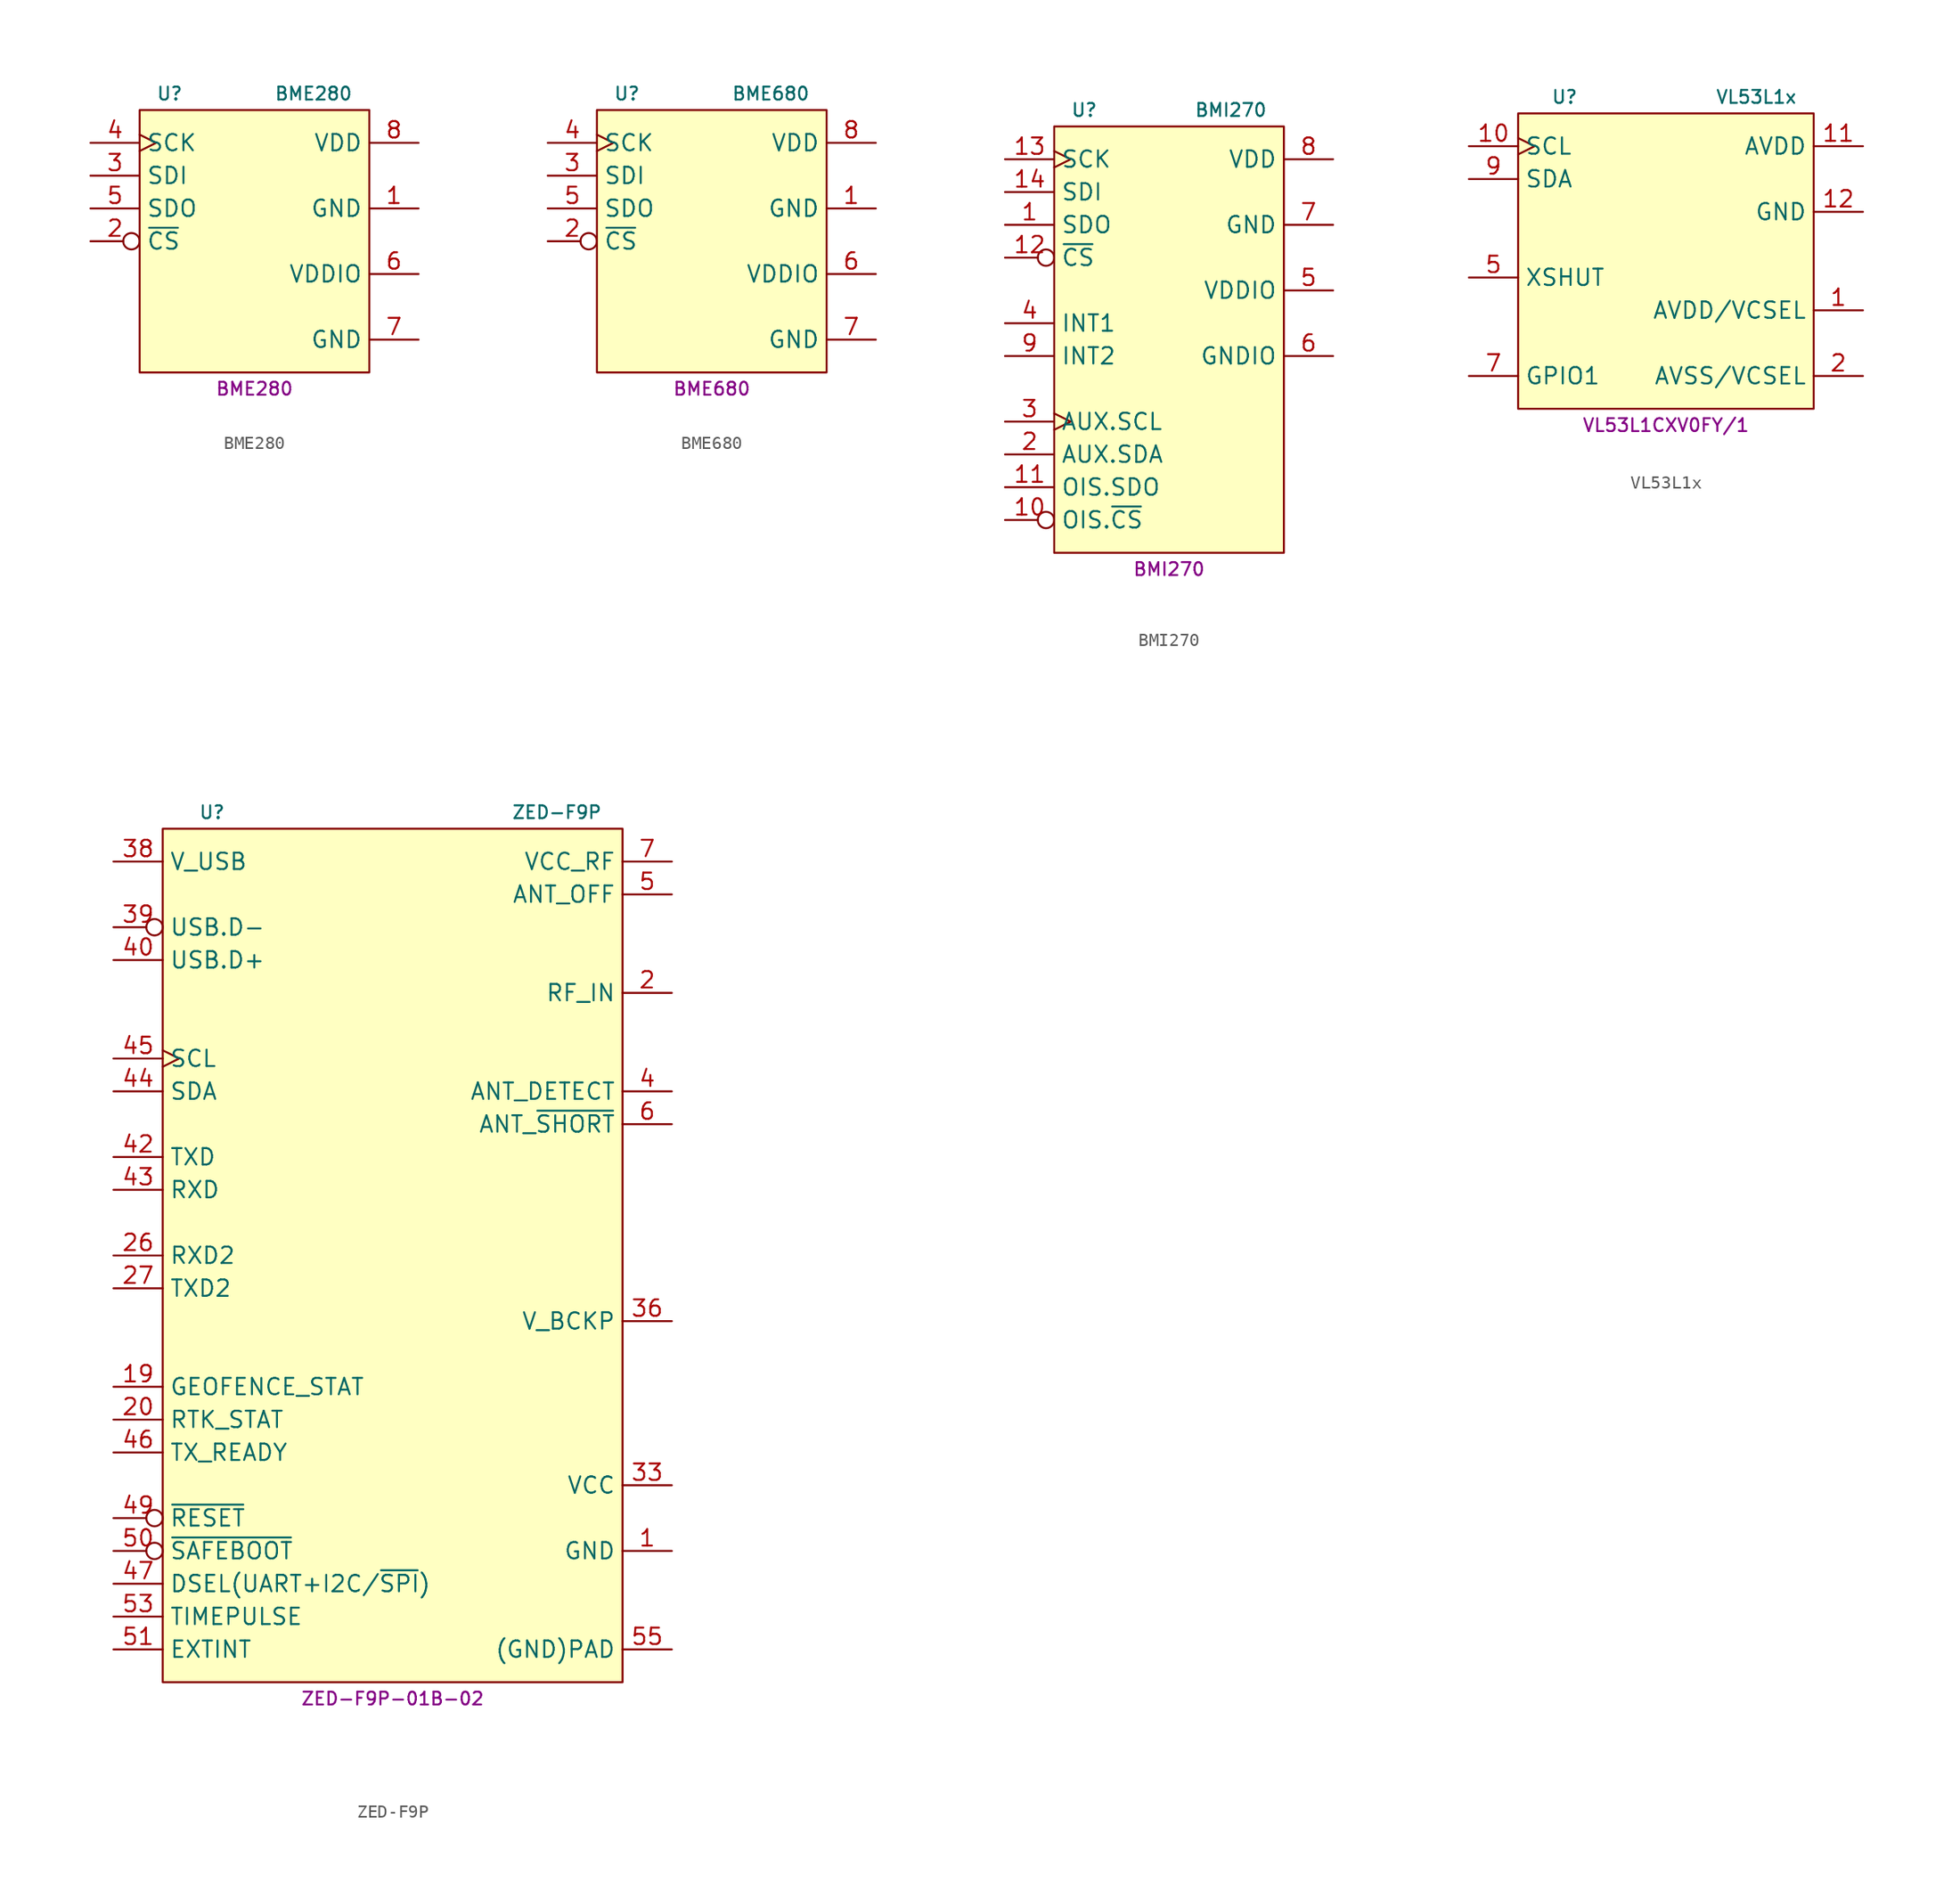
<source format=kicad_sym>
(kicad_symbol_lib
  (version 20231120)
  (generator "kicad_symbol_editor")
  (generator_version "8.0")
  (symbol "BME280"
    (property "Reference" "U"
      (at -7.62 11.43 0)
      (do_not_autoplace)
      (effects (font (size 1 1)) (justify left)))
    (property "Value" "BME280"
      (at 7.62 11.43 0)
      (do_not_autoplace)
      (effects (font (size 1 1)) (justify right)))
    (property "MPN" "BME280"
      (at 0 -11.43 0)
      (do_not_autoplace)
      (effects (font (size 1 1))))
    (symbol "BME280_0_1"
      (rectangle (start -8.89 10.16) (end 8.89 -10.16) (stroke (width 0) (type default)) (fill (type background))))
    (symbol "BME280_1_1"
      (pin power_in line (at 12.7 2.54 180) (length 3.81) (name "GND" (effects (font (size 1.27 1.27)))) (number "1" (effects (font (size 1.27 1.27)))))
      (pin input inverted (at -12.7 0 0) (length 3.81) (name "~{CS}" (effects (font (size 1.27 1.27)))) (number "2" (effects (font (size 1.27 1.27)))) (alternate "I2CEN" input line))
      (pin input line (at -12.7 5.08 0) (length 3.81) (name "SDI" (effects (font (size 1.27 1.27)))) (number "3" (effects (font (size 1.27 1.27)))) (alternate "SDA" open_collector line) (alternate "SDIO" bidirectional line))
      (pin input clock (at -12.7 7.62 0) (length 3.81) (name "SCK" (effects (font (size 1.27 1.27)))) (number "4" (effects (font (size 1.27 1.27)))) (alternate "SCL" open_collector clock))
      (pin output line (at -12.7 2.54 0) (length 3.81) (name "SDO" (effects (font (size 1.27 1.27)))) (number "5" (effects (font (size 1.27 1.27)))) (alternate "ADD" input line))
      (pin power_in line (at 12.7 -2.54 180) (length 3.81) (name "VDDIO" (effects (font (size 1.27 1.27)))) (number "6" (effects (font (size 1.27 1.27)))))
      (pin power_in line (at 12.7 -7.62 180) (length 3.81) (name "GND" (effects (font (size 1.27 1.27)))) (number "7" (effects (font (size 1.27 1.27)))))
      (pin power_in line (at 12.7 7.62 180) (length 3.81) (name "VDD" (effects (font (size 1.27 1.27)))) (number "8" (effects (font (size 1.27 1.27)))))))
  (symbol "BME680"
    (property "Reference" "U"
      (at -7.62 11.43 0)
      (do_not_autoplace)
      (effects (font (size 1 1)) (justify left)))
    (property "Value" "BME680"
      (at 7.62 11.43 0)
      (effects (font (size 1 1)) (justify right)))
    (property "MPN" "BME680"
      (at 0 -11.43 0)
      (do_not_autoplace)
      (effects (font (size 1 1))))
    (symbol "BME680_0_1"
      (rectangle (start -8.89 10.16) (end 8.89 -10.16) (stroke (width 0) (type default)) (fill (type background))))
    (symbol "BME680_1_1"
      (pin power_in line (at 12.7 2.54 180) (length 3.81) (name "GND" (effects (font (size 1.27 1.27)))) (number "1" (effects (font (size 1.27 1.27)))))
      (pin input inverted (at -12.7 0 0) (length 3.81) (name "~{CS}" (effects (font (size 1.27 1.27)))) (number "2" (effects (font (size 1.27 1.27)))) (alternate "I2CEN" input line))
      (pin input line (at -12.7 5.08 0) (length 3.81) (name "SDI" (effects (font (size 1.27 1.27)))) (number "3" (effects (font (size 1.27 1.27)))) (alternate "SDA" open_collector line) (alternate "SDIO" bidirectional line))
      (pin input clock (at -12.7 7.62 0) (length 3.81) (name "SCK" (effects (font (size 1.27 1.27)))) (number "4" (effects (font (size 1.27 1.27)))) (alternate "SCL" open_collector clock))
      (pin output line (at -12.7 2.54 0) (length 3.81) (name "SDO" (effects (font (size 1.27 1.27)))) (number "5" (effects (font (size 1.27 1.27)))) (alternate "ADD" input line))
      (pin power_in line (at 12.7 -2.54 180) (length 3.81) (name "VDDIO" (effects (font (size 1.27 1.27)))) (number "6" (effects (font (size 1.27 1.27)))))
      (pin power_in line (at 12.7 -7.62 180) (length 3.81) (name "GND" (effects (font (size 1.27 1.27)))) (number "7" (effects (font (size 1.27 1.27)))))
      (pin power_in line (at 12.7 7.62 180) (length 3.81) (name "VDD" (effects (font (size 1.27 1.27)))) (number "8" (effects (font (size 1.27 1.27)))))))
  (symbol "BMI270"
    (property "Reference" "U"
      (at -7.62 11.43 0)
      (do_not_autoplace)
      (effects (font (size 1 1)) (justify left)))
    (property "Value" "BMI270"
      (at 7.62 11.43 0)
      (do_not_autoplace)
      (effects (font (size 1 1)) (justify right)))
    (property "MPN" "BMI270"
      (at 0 -24.13 0)
      (do_not_autoplace)
      (effects (font (size 1 1))))
    (symbol "BMI270_0_1"
      (rectangle (start -8.89 10.16) (end 8.89 -22.86) (stroke (width 0) (type default)) (fill (type background))))
    (symbol "BMI270_1_1"
      (pin output line (at -12.7 2.54 0) (length 3.81) (name "SDO" (effects (font (size 1.27 1.27)))) (number "1" (effects (font (size 1.27 1.27)))) (alternate "ADD" input line))
      (pin input inverted (at -12.7 -20.32 0) (length 3.81) (name "OIS.~{CS}" (effects (font (size 1.27 1.27)))) (number "10" (effects (font (size 1.27 1.27)))))
      (pin output line (at -12.7 -17.78 0) (length 3.81) (name "OIS.SDO" (effects (font (size 1.27 1.27)))) (number "11" (effects (font (size 1.27 1.27)))))
      (pin input inverted (at -12.7 0 0) (length 3.81) (name "~{CS}" (effects (font (size 1.27 1.27)))) (number "12" (effects (font (size 1.27 1.27)))) (alternate "I2CEN" input line))
      (pin input clock (at -12.7 7.62 0) (length 3.81) (name "SCK" (effects (font (size 1.27 1.27)))) (number "13" (effects (font (size 1.27 1.27)))) (alternate "SCL" open_collector clock))
      (pin input line (at -12.7 5.08 0) (length 3.81) (name "SDI" (effects (font (size 1.27 1.27)))) (number "14" (effects (font (size 1.27 1.27)))) (alternate "SDA" open_collector line) (alternate "SDIO" bidirectional line))
      (pin open_collector line (at -12.7 -15.24 0) (length 3.81) (name "AUX.SDA" (effects (font (size 1.27 1.27)))) (number "2" (effects (font (size 1.27 1.27)))) (alternate "OIS.SDI" input line))
      (pin open_collector clock (at -12.7 -12.7 0) (length 3.81) (name "AUX.SCL" (effects (font (size 1.27 1.27)))) (number "3" (effects (font (size 1.27 1.27)))) (alternate "OIS.SCK" open_collector clock))
      (pin bidirectional line (at -12.7 -5.08 0) (length 3.81) (name "INT1" (effects (font (size 1.27 1.27)))) (number "4" (effects (font (size 1.27 1.27)))))
      (pin power_in line (at 12.7 -2.54 180) (length 3.81) (name "VDDIO" (effects (font (size 1.27 1.27)))) (number "5" (effects (font (size 1.27 1.27)))))
      (pin power_in line (at 12.7 -7.62 180) (length 3.81) (name "GNDIO" (effects (font (size 1.27 1.27)))) (number "6" (effects (font (size 1.27 1.27)))))
      (pin power_in line (at 12.7 2.54 180) (length 3.81) (name "GND" (effects (font (size 1.27 1.27)))) (number "7" (effects (font (size 1.27 1.27)))))
      (pin power_in line (at 12.7 7.62 180) (length 3.81) (name "VDD" (effects (font (size 1.27 1.27)))) (number "8" (effects (font (size 1.27 1.27)))))
      (pin bidirectional line (at -12.7 -7.62 0) (length 3.81) (name "INT2" (effects (font (size 1.27 1.27)))) (number "9" (effects (font (size 1.27 1.27)))))))
  (symbol "VL53L1x"
    (property "Reference" "U"
      (at -8.89 12.7 0)
      (do_not_autoplace)
      (effects (font (size 1 1)) (justify left)))
    (property "Value" "VL53L1x"
      (at 10.16 12.7 0)
      (do_not_autoplace)
      (effects (font (size 1 1)) (justify right)))
    (property "MPN" "VL53L1CXV0FY/1"
      (at 0 -12.7 0)
      (do_not_autoplace)
      (effects (font (size 1 1))))
    (symbol "VL53L1x_0_1"
      (rectangle (start -11.43 11.43) (end 11.43 -11.43) (stroke (width 0) (type default)) (fill (type background))))
    (symbol "VL53L1x_1_1"
      (pin power_in line (at 15.24 -3.81 180) (length 3.81) (name "AVDD/VCSEL" (effects (font (size 1.27 1.27)))) (number "1" (effects (font (size 1.27 1.27)))))
      (pin open_collector clock (at -15.24 8.89 0) (length 3.81) (name "SCL" (effects (font (size 1.27 1.27)))) (number "10" (effects (font (size 1.27 1.27)))))
      (pin power_in line (at 15.24 8.89 180) (length 3.81) (name "AVDD" (effects (font (size 1.27 1.27)))) (number "11" (effects (font (size 1.27 1.27)))))
      (pin power_in line (at 15.24 3.81 180) (length 3.81) (name "GND" (effects (font (size 1.27 1.27)))) (number "12" (effects (font (size 1.27 1.27)))))
      (pin power_in line (at 15.24 -8.89 180) (length 3.81) (name "AVSS/VCSEL" (effects (font (size 1.27 1.27)))) (number "2" (effects (font (size 1.27 1.27)))))
      (pin passive line (at 15.24 3.81 180) (length 3.81) hide (name "GND" (effects (font (size 1.27 1.27)))) (number "3" (effects (font (size 1.27 1.27)))))
      (pin passive line (at 15.24 3.81 180) (length 3.81) hide (name "GND" (effects (font (size 1.27 1.27)))) (number "4" (effects (font (size 1.27 1.27)))))
      (pin input line (at -15.24 -1.27 0) (length 3.81) (name "XSHUT" (effects (font (size 1.27 1.27)))) (number "5" (effects (font (size 1.27 1.27)))))
      (pin passive line (at 15.24 3.81 180) (length 3.81) hide (name "GND" (effects (font (size 1.27 1.27)))) (number "6" (effects (font (size 1.27 1.27)))))
      (pin bidirectional line (at -15.24 -8.89 0) (length 3.81) (name "GPIO1" (effects (font (size 1.27 1.27)))) (number "7" (effects (font (size 1.27 1.27)))))
      (pin open_collector line (at -15.24 6.35 0) (length 3.81) (name "SDA" (effects (font (size 1.27 1.27)))) (number "9" (effects (font (size 1.27 1.27)))))))
  (symbol "ZED-F9P"
    (property "Reference" "U"
      (at -13.97 34.29 0)
      (effects (font (size 0.991 0.991))))
    (property "Value" "ZED-F9P"
      (at 12.7 34.29 0)
      (effects (font (size 0.991 0.991))))
    (property "MPN" "ZED-F9P-01B-02"
      (at 0 -34.29 0)
      (effects (font (size 0.991 0.991))))
    (symbol "ZED-F9P_0_1"
      (rectangle (start -17.78 33.02) (end 17.78 -33.02) (stroke (width 0) (type default)) (fill (type background))))
    (symbol "ZED-F9P_1_1"
      (pin power_in line (at 21.59 -22.86 180) (length 3.81) (name "GND" (effects (font (size 1.27 1.27)))) (number "1" (effects (font (size 1.27 1.27)))))
      (pin passive line (at 21.59 -22.86 180) (length 3.81) hide (name "GND" (effects (font (size 1.27 1.27)))) (number "12" (effects (font (size 1.27 1.27)))))
      (pin passive line (at 21.59 -22.86 180) (length 3.81) hide (name "GND" (effects (font (size 1.27 1.27)))) (number "14" (effects (font (size 1.27 1.27)))))
      (pin output line (at -21.59 -10.16 0) (length 3.81) (name "GEOFENCE_STAT" (effects (font (size 1.27 1.27)))) (number "19" (effects (font (size 1.27 1.27)))))
      (pin input line (at 21.59 20.32 180) (length 3.81) (name "RF_IN" (effects (font (size 1.27 1.27)))) (number "2" (effects (font (size 1.27 1.27)))))
      (pin output line (at -21.59 -12.7 0) (length 3.81) (name "RTK_STAT" (effects (font (size 1.27 1.27)))) (number "20" (effects (font (size 1.27 1.27)))))
      (pin input line (at -21.59 0 0) (length 3.81) (name "RXD2" (effects (font (size 1.27 1.27)))) (number "26" (effects (font (size 1.27 1.27)))))
      (pin output line (at -21.59 -2.54 0) (length 3.81) (name "TXD2" (effects (font (size 1.27 1.27)))) (number "27" (effects (font (size 1.27 1.27)))))
      (pin passive line (at 21.59 -22.86 180) (length 3.81) hide (name "GND" (effects (font (size 1.27 1.27)))) (number "3" (effects (font (size 1.27 1.27)))))
      (pin passive line (at 21.59 -22.86 180) (length 3.81) hide (name "GND" (effects (font (size 1.27 1.27)))) (number "32" (effects (font (size 1.27 1.27)))))
      (pin power_in line (at 21.59 -17.78 180) (length 3.81) (name "VCC" (effects (font (size 1.27 1.27)))) (number "33" (effects (font (size 1.27 1.27)))))
      (pin passive line (at 21.59 -17.78 180) (length 3.81) hide (name "VCC" (effects (font (size 1.27 1.27)))) (number "34" (effects (font (size 1.27 1.27)))))
      (pin power_in line (at 21.59 -5.08 180) (length 3.81) (name "V_BCKP" (effects (font (size 1.27 1.27)))) (number "36" (effects (font (size 1.27 1.27)))))
      (pin passive line (at 21.59 -22.86 180) (length 3.81) hide (name "GND" (effects (font (size 1.27 1.27)))) (number "37" (effects (font (size 1.27 1.27)))))
      (pin power_in line (at -21.59 30.48 0) (length 3.81) (name "V_USB" (effects (font (size 1.27 1.27)))) (number "38" (effects (font (size 1.27 1.27)))))
      (pin bidirectional inverted (at -21.59 25.4 0) (length 3.81) (name "USB.D-" (effects (font (size 1.27 1.27)))) (number "39" (effects (font (size 1.27 1.27)))))
      (pin input line (at 21.59 12.7 180) (length 3.81) (name "ANT_DETECT" (effects (font (size 1.27 1.27)))) (number "4" (effects (font (size 1.27 1.27)))))
      (pin bidirectional line (at -21.59 22.86 0) (length 3.81) (name "USB.D+" (effects (font (size 1.27 1.27)))) (number "40" (effects (font (size 1.27 1.27)))))
      (pin passive line (at 21.59 -22.86 180) (length 3.81) hide (name "GND" (effects (font (size 1.27 1.27)))) (number "41" (effects (font (size 1.27 1.27)))))
      (pin output line (at -21.59 7.62 0) (length 3.81) (name "TXD" (effects (font (size 1.27 1.27)))) (number "42" (effects (font (size 1.27 1.27)))) (alternate "MISO" output line))
      (pin input line (at -21.59 5.08 0) (length 3.81) (name "RXD" (effects (font (size 1.27 1.27)))) (number "43" (effects (font (size 1.27 1.27)))) (alternate "MOSI" input line))
      (pin open_collector line (at -21.59 12.7 0) (length 3.81) (name "SDA" (effects (font (size 1.27 1.27)))) (number "44" (effects (font (size 1.27 1.27)))) (alternate "~{CS}" input inverted))
      (pin open_collector clock (at -21.59 15.24 0) (length 3.81) (name "SCL" (effects (font (size 1.27 1.27)))) (number "45" (effects (font (size 1.27 1.27)))) (alternate "SCK" input clock))
      (pin output line (at -21.59 -15.24 0) (length 3.81) (name "TX_READY" (effects (font (size 1.27 1.27)))) (number "46" (effects (font (size 1.27 1.27)))))
      (pin input line (at -21.59 -25.4 0) (length 3.81) (name "DSEL(UART+I2C/~{SPI})" (effects (font (size 1.27 1.27)))) (number "47" (effects (font (size 1.27 1.27)))))
      (pin passive line (at 21.59 -22.86 180) (length 3.81) hide (name "GND" (effects (font (size 1.27 1.27)))) (number "48" (effects (font (size 1.27 1.27)))))
      (pin input inverted (at -21.59 -20.32 0) (length 3.81) (name "~{RESET}" (effects (font (size 1.27 1.27)))) (number "49" (effects (font (size 1.27 1.27)))))
      (pin output line (at 21.59 27.94 180) (length 3.81) (name "ANT_OFF" (effects (font (size 1.27 1.27)))) (number "5" (effects (font (size 1.27 1.27)))))
      (pin input inverted (at -21.59 -22.86 0) (length 3.81) (name "~{SAFEBOOT}" (effects (font (size 1.27 1.27)))) (number "50" (effects (font (size 1.27 1.27)))))
      (pin input line (at -21.59 -30.48 0) (length 3.81) (name "EXTINT" (effects (font (size 1.27 1.27)))) (number "51" (effects (font (size 1.27 1.27)))))
      (pin output line (at -21.59 -27.94 0) (length 3.81) (name "TIMEPULSE" (effects (font (size 1.27 1.27)))) (number "53" (effects (font (size 1.27 1.27)))))
      (pin power_in line (at 21.59 -30.48 180) (length 3.81) (name "(GND)PAD" (effects (font (size 1.27 1.27)))) (number "55" (effects (font (size 1.27 1.27)))))
      (pin input line (at 21.59 10.16 180) (length 3.81) (name "ANT_~{SHORT}" (effects (font (size 1.27 1.27)))) (number "6" (effects (font (size 1.27 1.27)))))
      (pin power_out line (at 21.59 30.48 180) (length 3.81) (name "VCC_RF" (effects (font (size 1.27 1.27)))) (number "7" (effects (font (size 1.27 1.27))))))))
</source>
